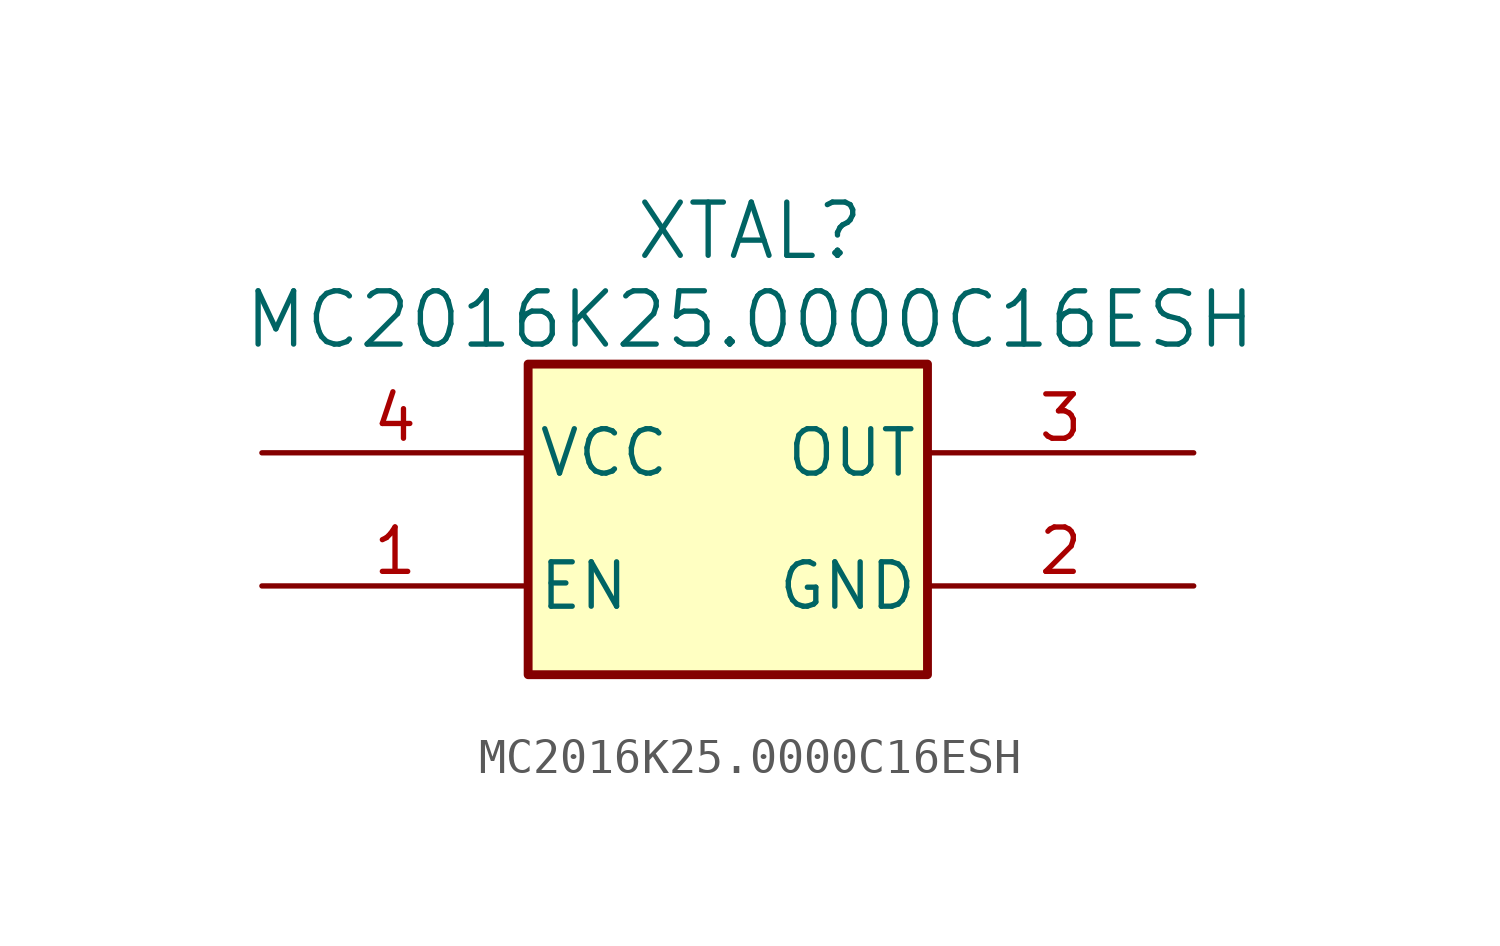
<source format=kicad_sym>
(kicad_symbol_lib
  (version 20220914)
  (generator kicad_symbol_editor)
  (symbol "MC2016K25.0000C16ESH"
    (pin_names
      (offset 0.254))
    (property "Reference" "XTAL"
      (at 13.97 11.43 0)
      (effects (font (size 1.524 1.524))))
    (property "Value" "MC2016K25.0000C16ESH"
      (at 13.97 8.89 0)
      (effects (font (size 1.524 1.524))))
    (symbol "MC2016K25.0000C16ESH_0_0"
      (rectangle (start 7.62 7.62) (end 19.05 -1.27) (stroke (width 0.254) (type default)) (fill (type background))))
    (symbol "MC2016K25.0000C16ESH_0_1"
      (pin power_in line (at 0 5.08 0) (length 7.62) (name "VCC" (effects (font (size 1.27 1.27)))) (number "4" (effects (font (size 1.27 1.27))))))
    (symbol "MC2016K25.0000C16ESH_1_1"
      (pin unspecified line (at 0 1.27 0) (length 7.62) (name "EN" (effects (font (size 1.27 1.27)))) (number "1" (effects (font (size 1.27 1.27)))))
      (pin power_out line (at 26.67 1.27 180) (length 7.62) (name "GND" (effects (font (size 1.27 1.27)))) (number "2" (effects (font (size 1.27 1.27)))))
      (pin output line (at 26.67 5.08 180) (length 7.62) (name "OUT" (effects (font (size 1.27 1.27)))) (number "3" (effects (font (size 1.27 1.27))))))))
</source>
